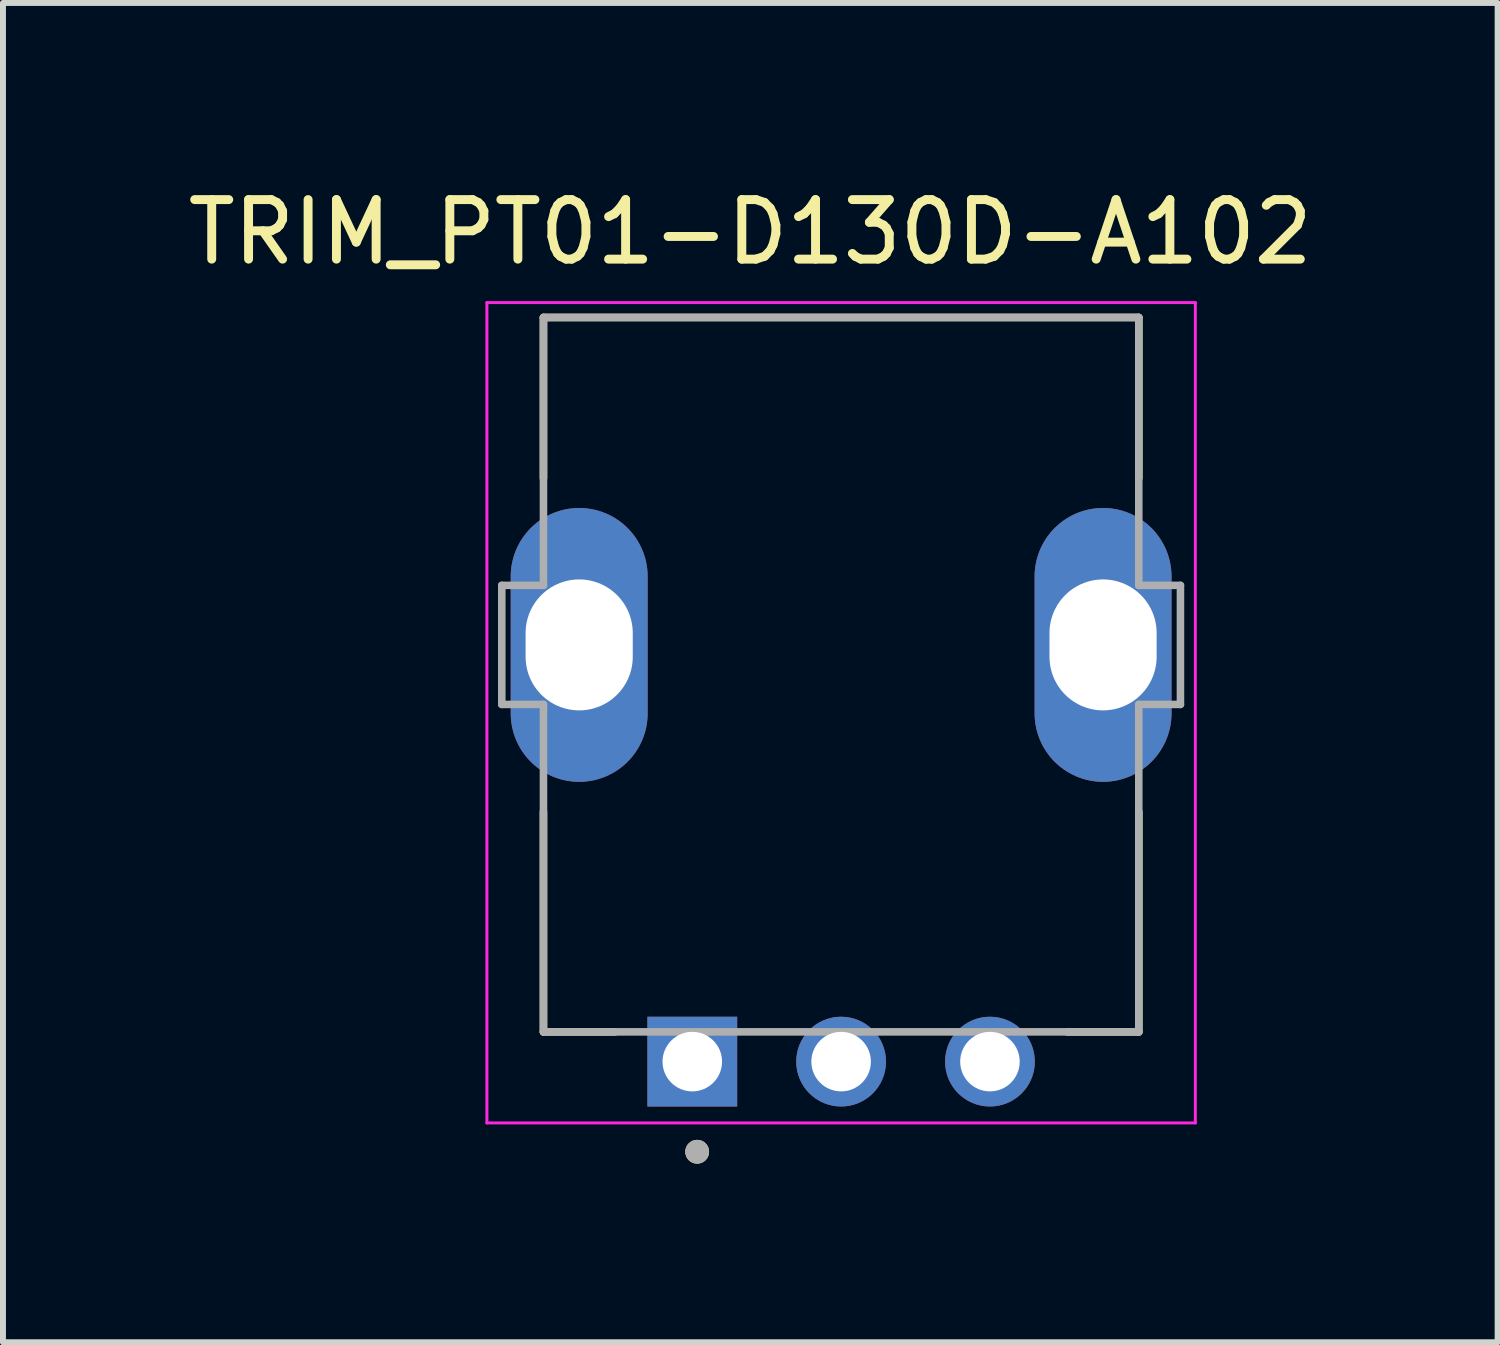
<source format=kicad_pcb>
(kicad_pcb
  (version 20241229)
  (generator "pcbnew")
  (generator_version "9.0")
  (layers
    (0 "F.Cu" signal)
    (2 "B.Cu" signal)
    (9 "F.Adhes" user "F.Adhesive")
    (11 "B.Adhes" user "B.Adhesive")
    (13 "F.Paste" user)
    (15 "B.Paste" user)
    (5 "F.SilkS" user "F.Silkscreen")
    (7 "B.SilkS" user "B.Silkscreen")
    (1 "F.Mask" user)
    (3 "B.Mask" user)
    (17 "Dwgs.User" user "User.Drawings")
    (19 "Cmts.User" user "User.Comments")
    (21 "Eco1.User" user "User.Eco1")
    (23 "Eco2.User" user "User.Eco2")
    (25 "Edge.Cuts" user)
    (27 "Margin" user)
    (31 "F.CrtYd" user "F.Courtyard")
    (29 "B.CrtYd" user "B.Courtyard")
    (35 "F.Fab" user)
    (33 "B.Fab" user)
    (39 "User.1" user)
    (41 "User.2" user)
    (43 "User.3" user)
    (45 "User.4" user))
  (footprint "TRIM_PT01-D130D-A102"
    (layer "F.Cu")
    (at 11.079 7.783)
    (property "Reference" "TRIM_PT01-D130D-A102" (at -1.525 -6.935 0) (layer "F.SilkS") (effects (font (size 1 1) (thickness 0.15))))
    (attr through_hole)
    (fp_line (start -5 -5.5) (end 5 -5.5) (stroke (width 0.127) (type solid)) (layer "F.SilkS"))
    (fp_line (start -5 -2.8) (end -5 -5.5) (stroke (width 0.127) (type solid)) (layer "F.SilkS"))
    (fp_line (start -5 2.8) (end -5 6.5) (stroke (width 0.127) (type solid)) (layer "F.SilkS"))
    (fp_line (start -5 6.5) (end -3.8 6.5) (stroke (width 0.127) (type solid)) (layer "F.SilkS"))
    (fp_line (start 5 -5.5) (end 5 -2.8) (stroke (width 0.127) (type solid)) (layer "F.SilkS"))
    (fp_line (start 5 2.8) (end 5 6.5) (stroke (width 0.127) (type solid)) (layer "F.SilkS"))
    (fp_line (start 5 6.5) (end 3.8 6.5) (stroke (width 0.127) (type solid)) (layer "F.SilkS"))
    (fp_circle (center -2.418 8.514) (end -2.318 8.514) (stroke (width 0.2) (type solid)) (fill no) (layer "F.SilkS"))
    (fp_line (start -5.95 -5.75) (end 5.95 -5.75) (stroke (width 0.05) (type solid)) (layer "F.CrtYd"))
    (fp_line (start -5.95 8.03) (end -5.95 -5.75) (stroke (width 0.05) (type solid)) (layer "F.CrtYd"))
    (fp_line (start 5.95 -5.75) (end 5.95 8.03) (stroke (width 0.05) (type solid)) (layer "F.CrtYd"))
    (fp_line (start 5.95 8.03) (end -5.95 8.03) (stroke (width 0.05) (type solid)) (layer "F.CrtYd"))
    (fp_line (start -5.7 -1) (end -5 -1) (stroke (width 0.127) (type solid)) (layer "F.Fab"))
    (fp_line (start -5.7 1) (end -5.7 -1) (stroke (width 0.127) (type solid)) (layer "F.Fab"))
    (fp_line (start -5 -5.5) (end 5 -5.5) (stroke (width 0.127) (type solid)) (layer "F.Fab"))
    (fp_line (start -5 -1) (end -5 -5.5) (stroke (width 0.127) (type solid)) (layer "F.Fab"))
    (fp_line (start -5 1) (end -5.7 1) (stroke (width 0.127) (type solid)) (layer "F.Fab"))
    (fp_line (start -5 6.5) (end -5 1) (stroke (width 0.127) (type solid)) (layer "F.Fab"))
    (fp_line (start -5 6.5) (end 5 6.5) (stroke (width 0.127) (type solid)) (layer "F.Fab"))
    (fp_line (start 5 -5.5) (end 5 -1) (stroke (width 0.127) (type solid)) (layer "F.Fab"))
    (fp_line (start 5 -1) (end 5.7 -1) (stroke (width 0.127) (type solid)) (layer "F.Fab"))
    (fp_line (start 5 1) (end 5 6.5) (stroke (width 0.127) (type solid)) (layer "F.Fab"))
    (fp_line (start 5.7 -1) (end 5.7 1) (stroke (width 0.127) (type solid)) (layer "F.Fab"))
    (fp_line (start 5.7 1) (end 5 1) (stroke (width 0.127) (type solid)) (layer "F.Fab"))
    (fp_circle (center -2.418 8.514) (end -2.318 8.514) (stroke (width 0.2) (type solid)) (fill no) (layer "F.Fab"))
    (pad "" np_thru_hole oval (at -4.4 0) (size 2.3 4.6) (drill oval 1.8 2.2) (layers "*.Cu" "*.Mask"))
    (pad "" np_thru_hole oval (at 4.4 0) (size 2.3 4.6) (drill oval 1.8 2.2) (layers "*.Cu" "*.Mask"))
    (pad "1" thru_hole rect (at -2.5 7) (size 1.508 1.508) (drill 1) (layers "*.Cu" "*.Mask"))
    (pad "2" thru_hole circle (at 0 7) (size 1.508 1.508) (drill 1) (layers "*.Cu" "*.Mask"))
    (pad "3" thru_hole circle (at 2.5 7) (size 1.508 1.508) (drill 1) (layers "*.Cu" "*.Mask")))
  (gr_rect
    (start -3 -3)
    (end 22.107 19.497)
    (stroke (width 0.1) (type default))
    (fill no)
    (layer "Edge.Cuts")))
</source>
